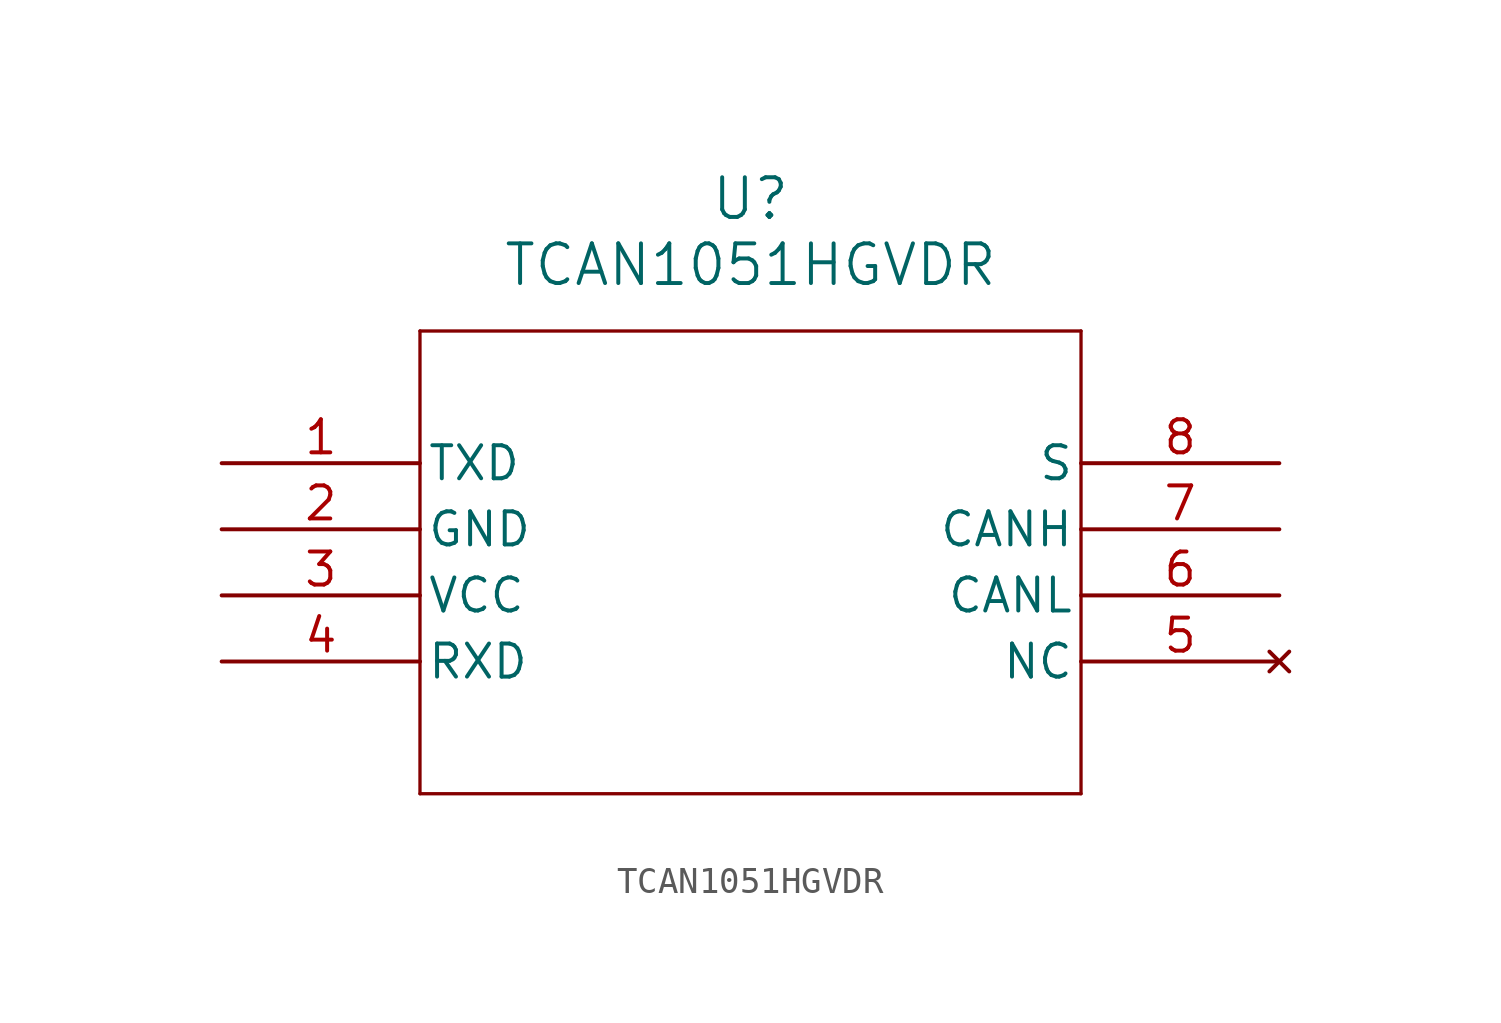
<source format=kicad_sym>
(kicad_symbol_lib
  (version 20211014)
  (generator kicad_symbol_editor)
  (symbol "TCAN1051HGVDR"
    (pin_names
      (offset 0.254))
    (property "Reference" "U"
      (at 20.32 10.16 0)
      (effects (font (size 1.524 1.524))))
    (property "Value" "TCAN1051HGVDR"
      (at 20.32 7.62 0)
      (effects (font (size 1.524 1.524))))
    (symbol "TCAN1051HGVDR_0_1"
      (polyline (pts (xy 7.62 5.08) (xy 7.62 -12.7)) (stroke (width 0.127) (type default) (color 0 0 0 0)) (fill (type none)))
      (polyline (pts (xy 7.62 -12.7) (xy 33.02 -12.7)) (stroke (width 0.127) (type default) (color 0 0 0 0)) (fill (type none)))
      (polyline (pts (xy 33.02 -12.7) (xy 33.02 5.08)) (stroke (width 0.127) (type default) (color 0 0 0 0)) (fill (type none)))
      (polyline (pts (xy 33.02 5.08) (xy 7.62 5.08)) (stroke (width 0.127) (type default) (color 0 0 0 0)) (fill (type none)))
      (pin unspecified line (at 0 0 0) (length 7.62) (name "TXD" (effects (font (size 1.27 1.27)))) (number "1" (effects (font (size 1.27 1.27)))))
      (pin power_out line (at 0 -2.54 0) (length 7.62) (name "GND" (effects (font (size 1.27 1.27)))) (number "2" (effects (font (size 1.27 1.27)))))
      (pin power_in line (at 0 -5.08 0) (length 7.62) (name "VCC" (effects (font (size 1.27 1.27)))) (number "3" (effects (font (size 1.27 1.27)))))
      (pin unspecified line (at 0 -7.62 0) (length 7.62) (name "RXD" (effects (font (size 1.27 1.27)))) (number "4" (effects (font (size 1.27 1.27)))))
      (pin no_connect line (at 40.64 -7.62 180) (length 7.62) (name "NC" (effects (font (size 1.27 1.27)))) (number "5" (effects (font (size 1.27 1.27)))))
      (pin unspecified line (at 40.64 -5.08 180) (length 7.62) (name "CANL" (effects (font (size 1.27 1.27)))) (number "6" (effects (font (size 1.27 1.27)))))
      (pin unspecified line (at 40.64 -2.54 180) (length 7.62) (name "CANH" (effects (font (size 1.27 1.27)))) (number "7" (effects (font (size 1.27 1.27)))))
      (pin unspecified line (at 40.64 0 180) (length 7.62) (name "S" (effects (font (size 1.27 1.27)))) (number "8" (effects (font (size 1.27 1.27))))))))
</source>
